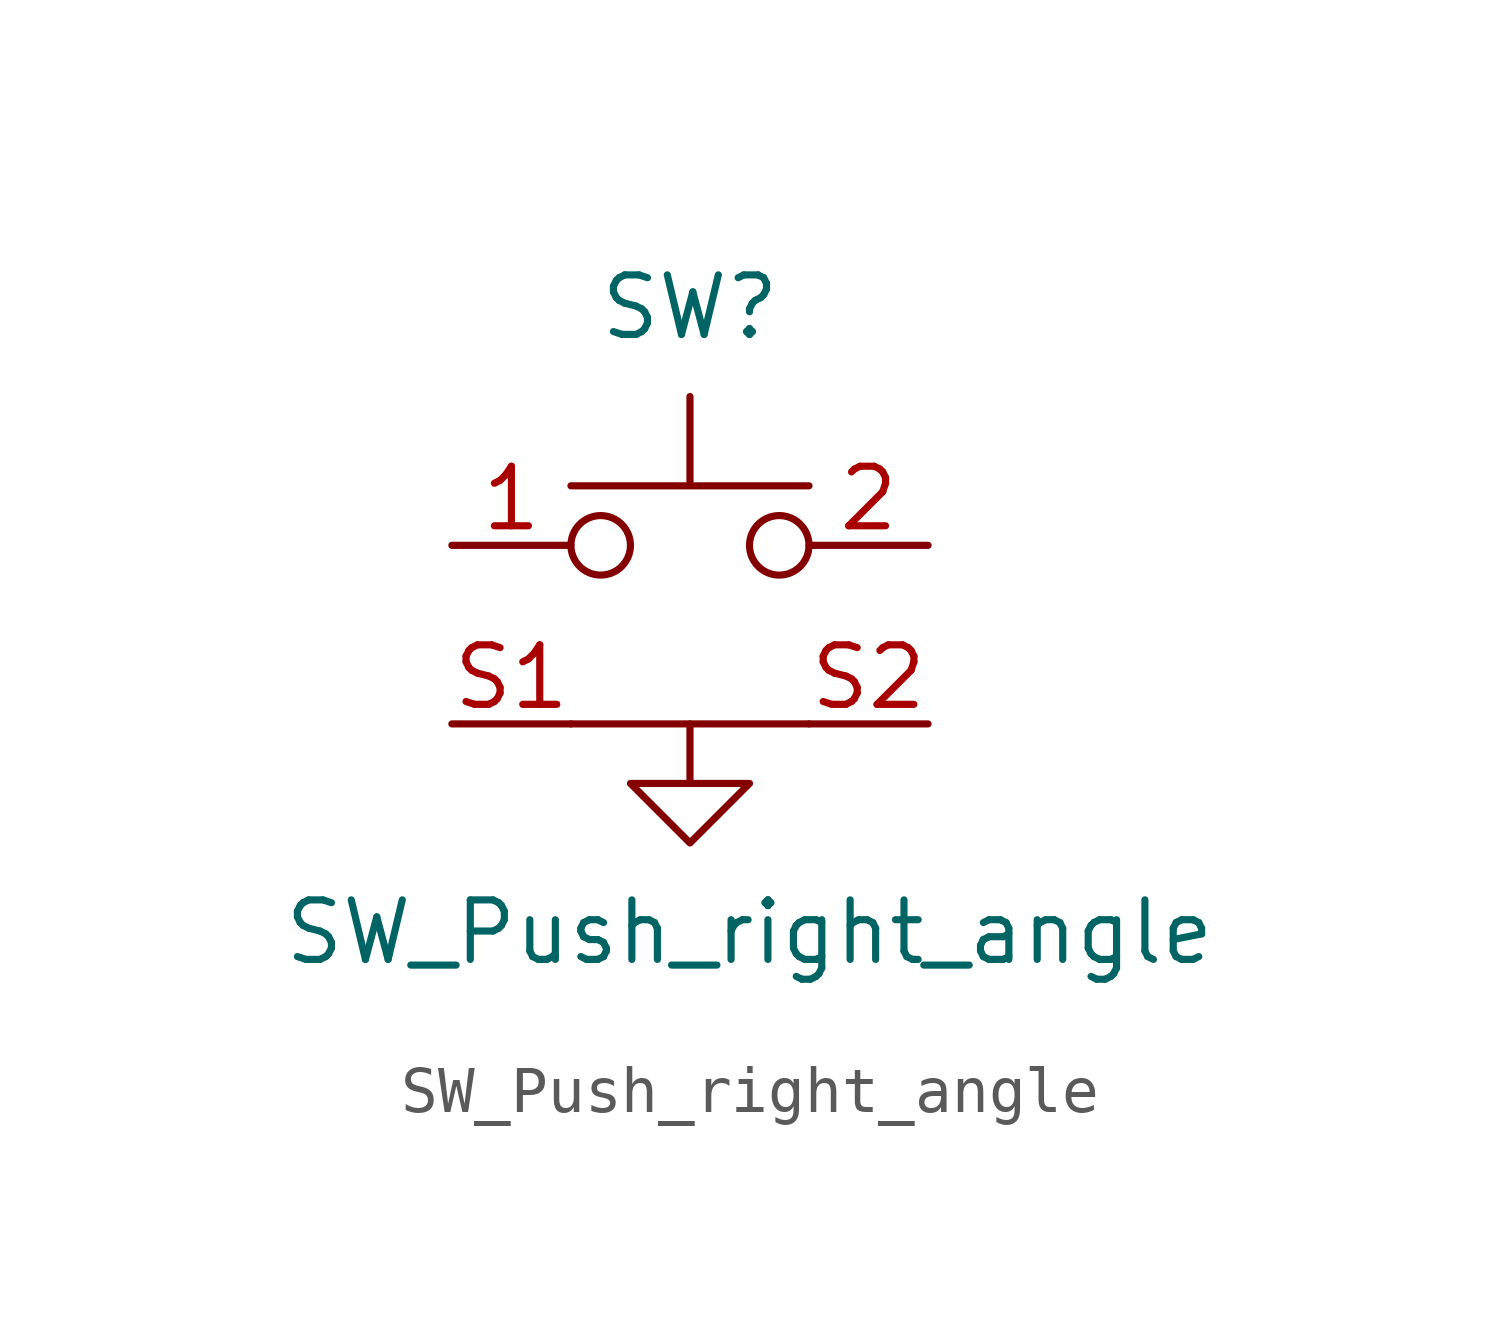
<source format=kicad_sym>
(kicad_symbol_lib
  (version 20211014)
  (generator kicad_symbol_editor)
  (symbol "SW_Push_right_angle"
    (property "Reference" "SW"
      (at 0 6.985 0)
      (effects (font (size 1.27 1.27))))
    (property "Value" "SW_Push_right_angle"
      (at 1.27 -6.35 0)
      (effects (font (size 1.27 1.27))))
    (symbol "SW_Push_right_angle_0_1"
      (circle (center -1.905 1.905) (radius 0.635) (stroke (width 0) (type default) (color 0 0 0 0)) (fill (type none)))
      (polyline (pts (xy -2.54 -1.905) (xy 2.54 -1.905)) (stroke (width 0) (type default) (color 0 0 0 0)) (fill (type none)))
      (polyline (pts (xy 0 -1.905) (xy 0 -3.175)) (stroke (width 0) (type default) (color 0 0 0 0)) (fill (type none)))
      (polyline (pts (xy -2.54 3.175) (xy 2.54 3.175) (xy 0 3.175) (xy 0 5.08)) (stroke (width 0) (type default) (color 0 0 0 0)) (fill (type none)))
      (polyline (pts (xy -1.27 -3.175) (xy 1.27 -3.175) (xy 0 -4.445) (xy -1.27 -3.175)) (stroke (width 0) (type default) (color 0 0 0 0)) (fill (type none)))
      (circle (center 1.905 1.905) (radius 0.635) (stroke (width 0) (type default) (color 0 0 0 0)) (fill (type none))))
    (symbol "SW_Push_right_angle_1_1"
      (pin passive line (at -5.08 1.905 0) (length 2.54) (name "" (effects (font (size 1.27 1.27)))) (number "1" (effects (font (size 1.27 1.27)))))
      (pin passive line (at 5.08 1.905 180) (length 2.54) (name "" (effects (font (size 1.27 1.27)))) (number "2" (effects (font (size 1.27 1.27)))))
      (pin passive line (at -5.08 -1.905 0) (length 2.54) (name "" (effects (font (size 1.27 1.27)))) (number "S1" (effects (font (size 1.27 1.27)))))
      (pin passive line (at 5.08 -1.905 180) (length 2.54) (name "" (effects (font (size 1.27 1.27)))) (number "S2" (effects (font (size 1.27 1.27))))))))
</source>
